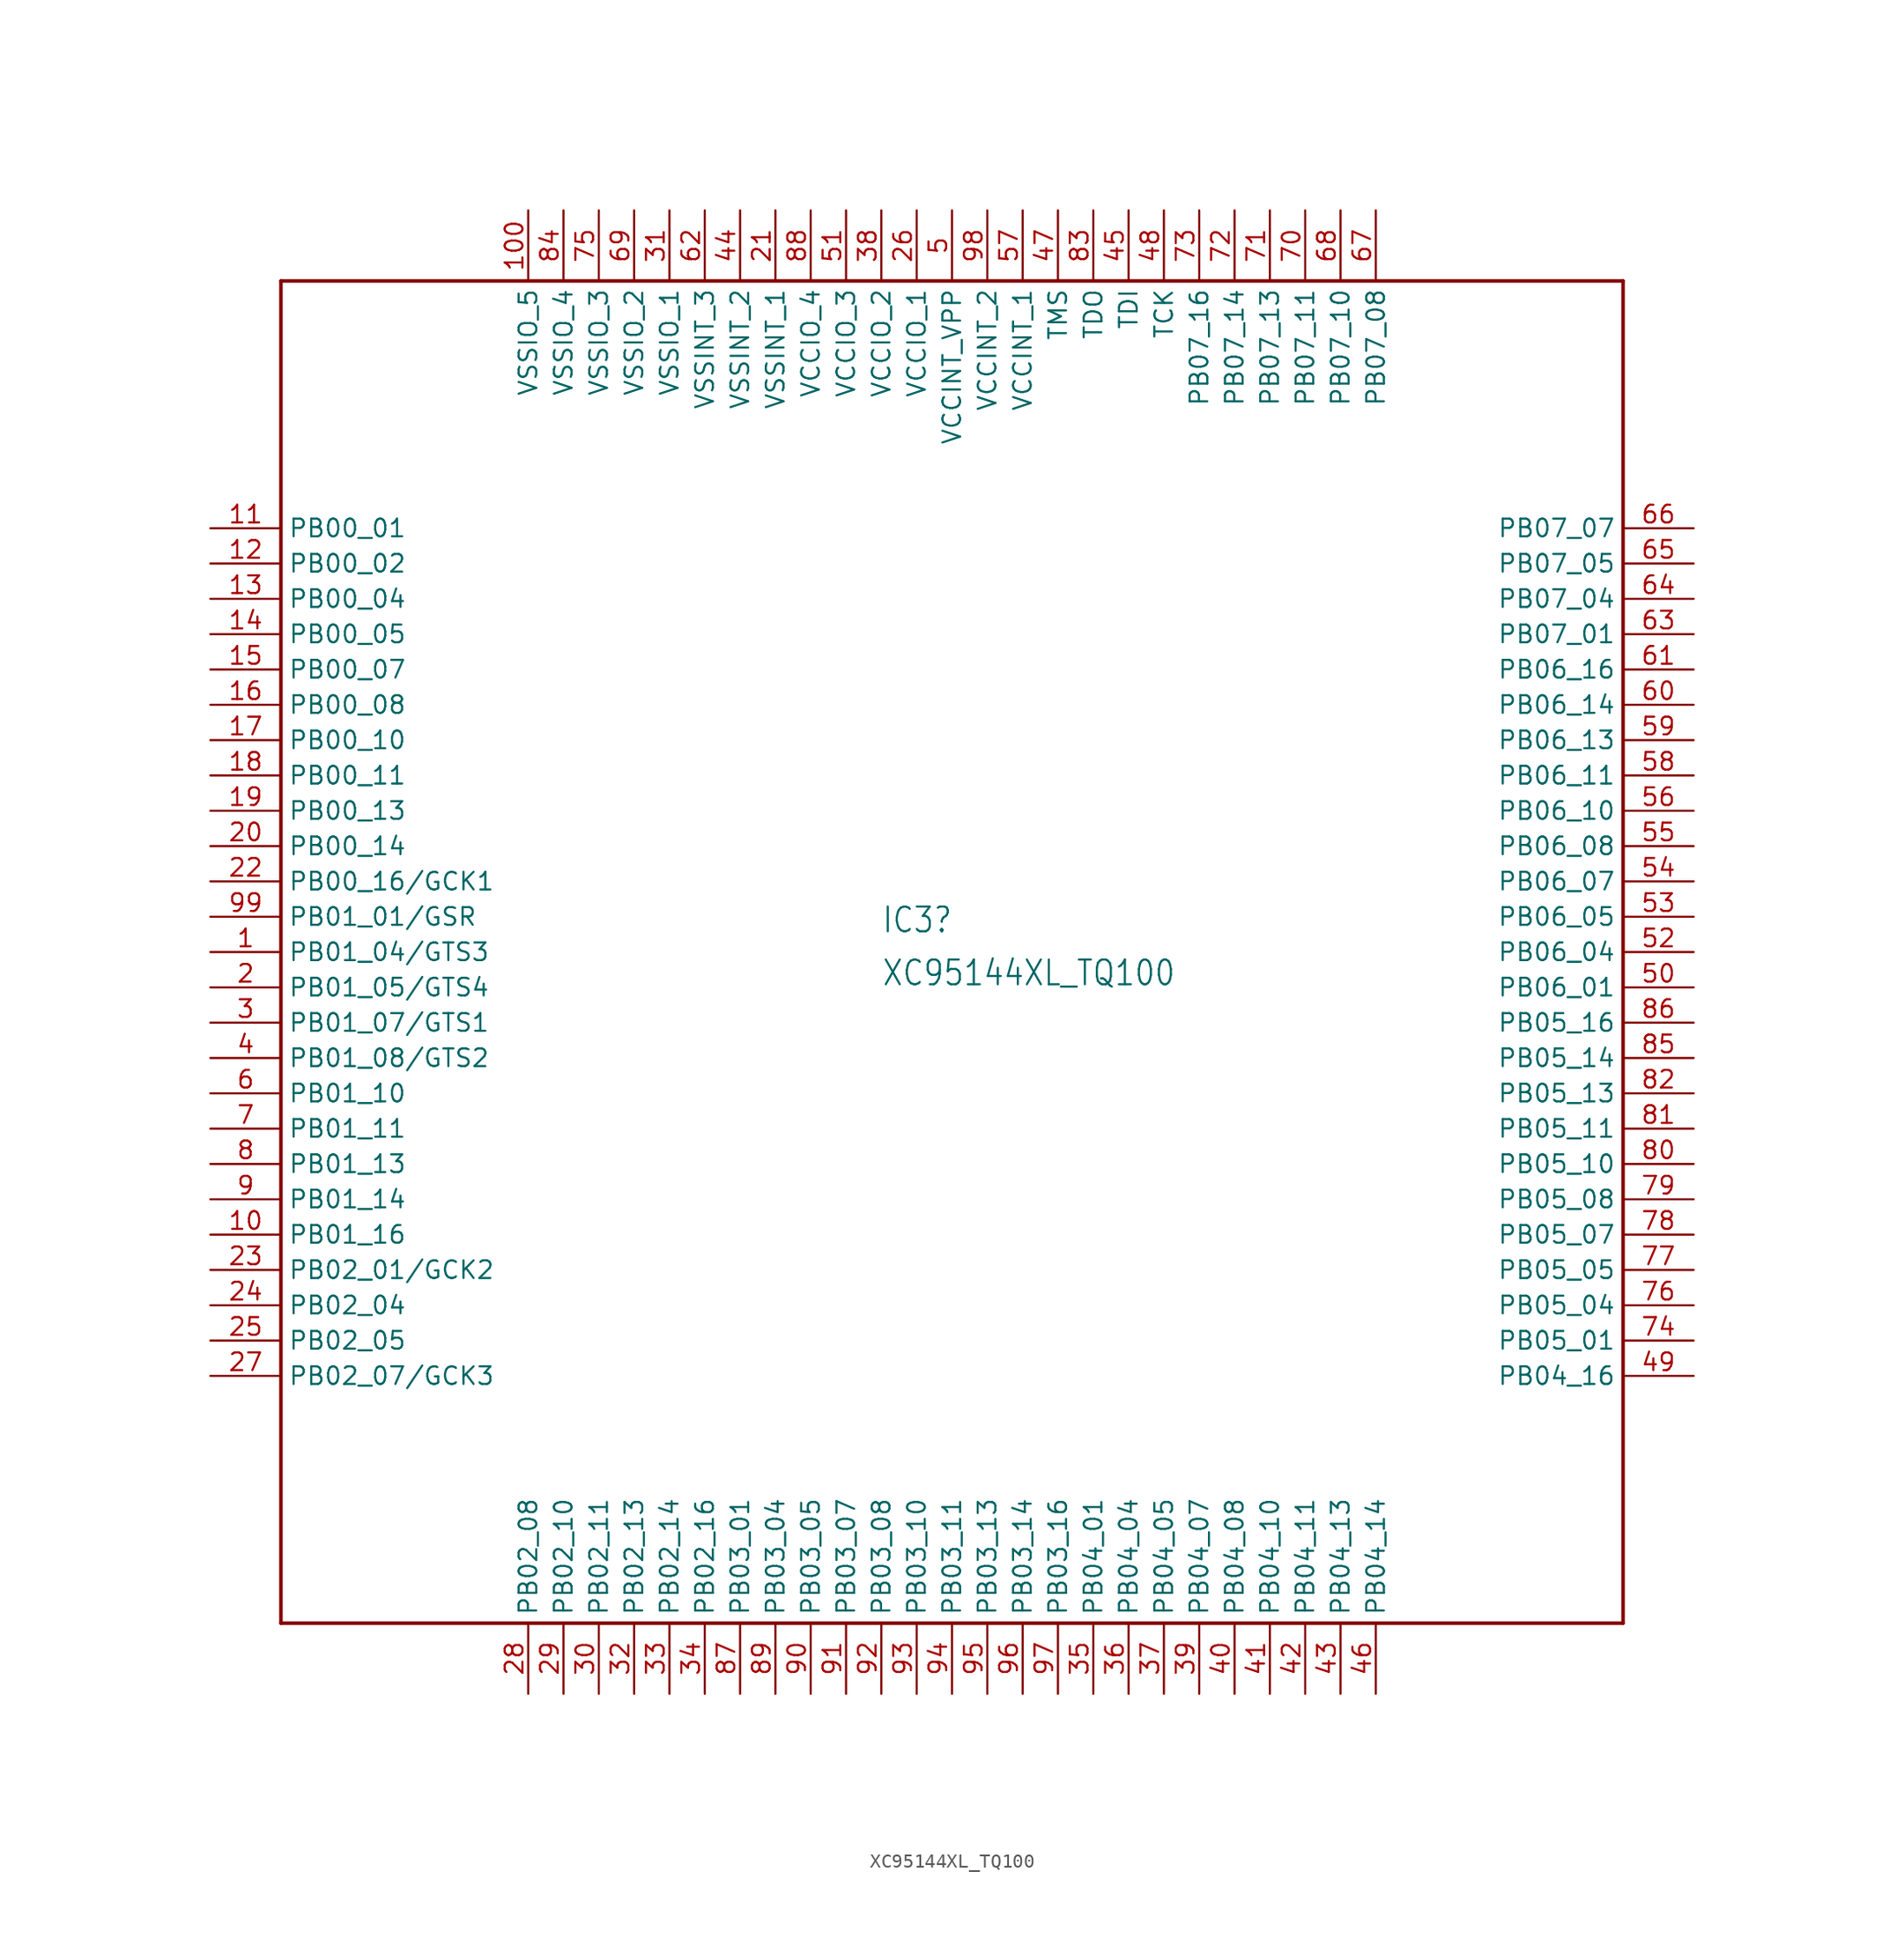
<source format=kicad_sym>
(kicad_symbol_lib
  (version 20220914)
  (generator kicad_symbol_editor)
  (symbol "XC95144XL_TQ100"
    (property "Reference" "IC3"
      (at -5.08 1.27 0)
      (effects (font (size 1.778 1.511)) (justify left bottom)))
    (property "Value" "XC95144XL_TQ100"
      (at -5.08 -2.54 0)
      (effects (font (size 1.778 1.511)) (justify left bottom)))
    (property "ki_locked" ""
      (at 0 0 0)
      (effects (font (size 1.27 1.27))))
    (symbol "XC95144XL_TQ100_1_0"
      (polyline (pts (xy -48.26 -48.26) (xy 48.26 -48.26)) (stroke (width 0.254) (type solid)) (fill (type none)))
      (polyline (pts (xy -48.26 48.26) (xy -48.26 -48.26)) (stroke (width 0.254) (type solid)) (fill (type none)))
      (polyline (pts (xy 48.26 -48.26) (xy 48.26 48.26)) (stroke (width 0.254) (type solid)) (fill (type none)))
      (polyline (pts (xy 48.26 48.26) (xy -48.26 48.26)) (stroke (width 0.254) (type solid)) (fill (type none)))
      (pin bidirectional line (at -53.34 0 0) (length 5.08) (name "PB01_04/GTS3" (effects (font (size 1.27 1.27)))) (number "1" (effects (font (size 1.27 1.27)))))
      (pin bidirectional line (at -53.34 -20.32 0) (length 5.08) (name "PB01_16" (effects (font (size 1.27 1.27)))) (number "10" (effects (font (size 1.27 1.27)))))
      (pin passive line (at -30.48 53.34 270) (length 5.08) (name "VSSIO_5" (effects (font (size 1.27 1.27)))) (number "100" (effects (font (size 1.27 1.27)))))
      (pin bidirectional line (at -53.34 30.48 0) (length 5.08) (name "PB00_01" (effects (font (size 1.27 1.27)))) (number "11" (effects (font (size 1.27 1.27)))))
      (pin bidirectional line (at -53.34 27.94 0) (length 5.08) (name "PB00_02" (effects (font (size 1.27 1.27)))) (number "12" (effects (font (size 1.27 1.27)))))
      (pin bidirectional line (at -53.34 25.4 0) (length 5.08) (name "PB00_04" (effects (font (size 1.27 1.27)))) (number "13" (effects (font (size 1.27 1.27)))))
      (pin bidirectional line (at -53.34 22.86 0) (length 5.08) (name "PB00_05" (effects (font (size 1.27 1.27)))) (number "14" (effects (font (size 1.27 1.27)))))
      (pin bidirectional line (at -53.34 20.32 0) (length 5.08) (name "PB00_07" (effects (font (size 1.27 1.27)))) (number "15" (effects (font (size 1.27 1.27)))))
      (pin bidirectional line (at -53.34 17.78 0) (length 5.08) (name "PB00_08" (effects (font (size 1.27 1.27)))) (number "16" (effects (font (size 1.27 1.27)))))
      (pin bidirectional line (at -53.34 15.24 0) (length 5.08) (name "PB00_10" (effects (font (size 1.27 1.27)))) (number "17" (effects (font (size 1.27 1.27)))))
      (pin bidirectional line (at -53.34 12.7 0) (length 5.08) (name "PB00_11" (effects (font (size 1.27 1.27)))) (number "18" (effects (font (size 1.27 1.27)))))
      (pin bidirectional line (at -53.34 10.16 0) (length 5.08) (name "PB00_13" (effects (font (size 1.27 1.27)))) (number "19" (effects (font (size 1.27 1.27)))))
      (pin bidirectional line (at -53.34 -2.54 0) (length 5.08) (name "PB01_05/GTS4" (effects (font (size 1.27 1.27)))) (number "2" (effects (font (size 1.27 1.27)))))
      (pin bidirectional line (at -53.34 7.62 0) (length 5.08) (name "PB00_14" (effects (font (size 1.27 1.27)))) (number "20" (effects (font (size 1.27 1.27)))))
      (pin passive line (at -12.7 53.34 270) (length 5.08) (name "VSSINT_1" (effects (font (size 1.27 1.27)))) (number "21" (effects (font (size 1.27 1.27)))))
      (pin bidirectional line (at -53.34 5.08 0) (length 5.08) (name "PB00_16/GCK1" (effects (font (size 1.27 1.27)))) (number "22" (effects (font (size 1.27 1.27)))))
      (pin bidirectional line (at -53.34 -22.86 0) (length 5.08) (name "PB02_01/GCK2" (effects (font (size 1.27 1.27)))) (number "23" (effects (font (size 1.27 1.27)))))
      (pin bidirectional line (at -53.34 -25.4 0) (length 5.08) (name "PB02_04" (effects (font (size 1.27 1.27)))) (number "24" (effects (font (size 1.27 1.27)))))
      (pin bidirectional line (at -53.34 -27.94 0) (length 5.08) (name "PB02_05" (effects (font (size 1.27 1.27)))) (number "25" (effects (font (size 1.27 1.27)))))
      (pin passive line (at -2.54 53.34 270) (length 5.08) (name "VCCIO_1" (effects (font (size 1.27 1.27)))) (number "26" (effects (font (size 1.27 1.27)))))
      (pin bidirectional line (at -53.34 -30.48 0) (length 5.08) (name "PB02_07/GCK3" (effects (font (size 1.27 1.27)))) (number "27" (effects (font (size 1.27 1.27)))))
      (pin bidirectional line (at -30.48 -53.34 90) (length 5.08) (name "PB02_08" (effects (font (size 1.27 1.27)))) (number "28" (effects (font (size 1.27 1.27)))))
      (pin bidirectional line (at -27.94 -53.34 90) (length 5.08) (name "PB02_10" (effects (font (size 1.27 1.27)))) (number "29" (effects (font (size 1.27 1.27)))))
      (pin bidirectional line (at -53.34 -5.08 0) (length 5.08) (name "PB01_07/GTS1" (effects (font (size 1.27 1.27)))) (number "3" (effects (font (size 1.27 1.27)))))
      (pin bidirectional line (at -25.4 -53.34 90) (length 5.08) (name "PB02_11" (effects (font (size 1.27 1.27)))) (number "30" (effects (font (size 1.27 1.27)))))
      (pin passive line (at -20.32 53.34 270) (length 5.08) (name "VSSIO_1" (effects (font (size 1.27 1.27)))) (number "31" (effects (font (size 1.27 1.27)))))
      (pin bidirectional line (at -22.86 -53.34 90) (length 5.08) (name "PB02_13" (effects (font (size 1.27 1.27)))) (number "32" (effects (font (size 1.27 1.27)))))
      (pin bidirectional line (at -20.32 -53.34 90) (length 5.08) (name "PB02_14" (effects (font (size 1.27 1.27)))) (number "33" (effects (font (size 1.27 1.27)))))
      (pin bidirectional line (at -17.78 -53.34 90) (length 5.08) (name "PB02_16" (effects (font (size 1.27 1.27)))) (number "34" (effects (font (size 1.27 1.27)))))
      (pin bidirectional line (at 10.16 -53.34 90) (length 5.08) (name "PB04_01" (effects (font (size 1.27 1.27)))) (number "35" (effects (font (size 1.27 1.27)))))
      (pin bidirectional line (at 12.7 -53.34 90) (length 5.08) (name "PB04_04" (effects (font (size 1.27 1.27)))) (number "36" (effects (font (size 1.27 1.27)))))
      (pin bidirectional line (at 15.24 -53.34 90) (length 5.08) (name "PB04_05" (effects (font (size 1.27 1.27)))) (number "37" (effects (font (size 1.27 1.27)))))
      (pin passive line (at -5.08 53.34 270) (length 5.08) (name "VCCIO_2" (effects (font (size 1.27 1.27)))) (number "38" (effects (font (size 1.27 1.27)))))
      (pin bidirectional line (at 17.78 -53.34 90) (length 5.08) (name "PB04_07" (effects (font (size 1.27 1.27)))) (number "39" (effects (font (size 1.27 1.27)))))
      (pin bidirectional line (at -53.34 -7.62 0) (length 5.08) (name "PB01_08/GTS2" (effects (font (size 1.27 1.27)))) (number "4" (effects (font (size 1.27 1.27)))))
      (pin bidirectional line (at 20.32 -53.34 90) (length 5.08) (name "PB04_08" (effects (font (size 1.27 1.27)))) (number "40" (effects (font (size 1.27 1.27)))))
      (pin bidirectional line (at 22.86 -53.34 90) (length 5.08) (name "PB04_10" (effects (font (size 1.27 1.27)))) (number "41" (effects (font (size 1.27 1.27)))))
      (pin bidirectional line (at 25.4 -53.34 90) (length 5.08) (name "PB04_11" (effects (font (size 1.27 1.27)))) (number "42" (effects (font (size 1.27 1.27)))))
      (pin bidirectional line (at 27.94 -53.34 90) (length 5.08) (name "PB04_13" (effects (font (size 1.27 1.27)))) (number "43" (effects (font (size 1.27 1.27)))))
      (pin passive line (at -15.24 53.34 270) (length 5.08) (name "VSSINT_2" (effects (font (size 1.27 1.27)))) (number "44" (effects (font (size 1.27 1.27)))))
      (pin input line (at 12.7 53.34 270) (length 5.08) (name "TDI" (effects (font (size 1.27 1.27)))) (number "45" (effects (font (size 1.27 1.27)))))
      (pin bidirectional line (at 30.48 -53.34 90) (length 5.08) (name "PB04_14" (effects (font (size 1.27 1.27)))) (number "46" (effects (font (size 1.27 1.27)))))
      (pin input line (at 7.62 53.34 270) (length 5.08) (name "TMS" (effects (font (size 1.27 1.27)))) (number "47" (effects (font (size 1.27 1.27)))))
      (pin input line (at 15.24 53.34 270) (length 5.08) (name "TCK" (effects (font (size 1.27 1.27)))) (number "48" (effects (font (size 1.27 1.27)))))
      (pin bidirectional line (at 53.34 -30.48 180) (length 5.08) (name "PB04_16" (effects (font (size 1.27 1.27)))) (number "49" (effects (font (size 1.27 1.27)))))
      (pin passive line (at 0 53.34 270) (length 5.08) (name "VCCINT_VPP" (effects (font (size 1.27 1.27)))) (number "5" (effects (font (size 1.27 1.27)))))
      (pin bidirectional line (at 53.34 -2.54 180) (length 5.08) (name "PB06_01" (effects (font (size 1.27 1.27)))) (number "50" (effects (font (size 1.27 1.27)))))
      (pin passive line (at -7.62 53.34 270) (length 5.08) (name "VCCIO_3" (effects (font (size 1.27 1.27)))) (number "51" (effects (font (size 1.27 1.27)))))
      (pin bidirectional line (at 53.34 0 180) (length 5.08) (name "PB06_04" (effects (font (size 1.27 1.27)))) (number "52" (effects (font (size 1.27 1.27)))))
      (pin bidirectional line (at 53.34 2.54 180) (length 5.08) (name "PB06_05" (effects (font (size 1.27 1.27)))) (number "53" (effects (font (size 1.27 1.27)))))
      (pin bidirectional line (at 53.34 5.08 180) (length 5.08) (name "PB06_07" (effects (font (size 1.27 1.27)))) (number "54" (effects (font (size 1.27 1.27)))))
      (pin bidirectional line (at 53.34 7.62 180) (length 5.08) (name "PB06_08" (effects (font (size 1.27 1.27)))) (number "55" (effects (font (size 1.27 1.27)))))
      (pin bidirectional line (at 53.34 10.16 180) (length 5.08) (name "PB06_10" (effects (font (size 1.27 1.27)))) (number "56" (effects (font (size 1.27 1.27)))))
      (pin passive line (at 5.08 53.34 270) (length 5.08) (name "VCCINT_1" (effects (font (size 1.27 1.27)))) (number "57" (effects (font (size 1.27 1.27)))))
      (pin bidirectional line (at 53.34 12.7 180) (length 5.08) (name "PB06_11" (effects (font (size 1.27 1.27)))) (number "58" (effects (font (size 1.27 1.27)))))
      (pin bidirectional line (at 53.34 15.24 180) (length 5.08) (name "PB06_13" (effects (font (size 1.27 1.27)))) (number "59" (effects (font (size 1.27 1.27)))))
      (pin bidirectional line (at -53.34 -10.16 0) (length 5.08) (name "PB01_10" (effects (font (size 1.27 1.27)))) (number "6" (effects (font (size 1.27 1.27)))))
      (pin bidirectional line (at 53.34 17.78 180) (length 5.08) (name "PB06_14" (effects (font (size 1.27 1.27)))) (number "60" (effects (font (size 1.27 1.27)))))
      (pin bidirectional line (at 53.34 20.32 180) (length 5.08) (name "PB06_16" (effects (font (size 1.27 1.27)))) (number "61" (effects (font (size 1.27 1.27)))))
      (pin passive line (at -17.78 53.34 270) (length 5.08) (name "VSSINT_3" (effects (font (size 1.27 1.27)))) (number "62" (effects (font (size 1.27 1.27)))))
      (pin bidirectional line (at 53.34 22.86 180) (length 5.08) (name "PB07_01" (effects (font (size 1.27 1.27)))) (number "63" (effects (font (size 1.27 1.27)))))
      (pin bidirectional line (at 53.34 25.4 180) (length 5.08) (name "PB07_04" (effects (font (size 1.27 1.27)))) (number "64" (effects (font (size 1.27 1.27)))))
      (pin bidirectional line (at 53.34 27.94 180) (length 5.08) (name "PB07_05" (effects (font (size 1.27 1.27)))) (number "65" (effects (font (size 1.27 1.27)))))
      (pin bidirectional line (at 53.34 30.48 180) (length 5.08) (name "PB07_07" (effects (font (size 1.27 1.27)))) (number "66" (effects (font (size 1.27 1.27)))))
      (pin bidirectional line (at 30.48 53.34 270) (length 5.08) (name "PB07_08" (effects (font (size 1.27 1.27)))) (number "67" (effects (font (size 1.27 1.27)))))
      (pin bidirectional line (at 27.94 53.34 270) (length 5.08) (name "PB07_10" (effects (font (size 1.27 1.27)))) (number "68" (effects (font (size 1.27 1.27)))))
      (pin passive line (at -22.86 53.34 270) (length 5.08) (name "VSSIO_2" (effects (font (size 1.27 1.27)))) (number "69" (effects (font (size 1.27 1.27)))))
      (pin bidirectional line (at -53.34 -12.7 0) (length 5.08) (name "PB01_11" (effects (font (size 1.27 1.27)))) (number "7" (effects (font (size 1.27 1.27)))))
      (pin bidirectional line (at 25.4 53.34 270) (length 5.08) (name "PB07_11" (effects (font (size 1.27 1.27)))) (number "70" (effects (font (size 1.27 1.27)))))
      (pin bidirectional line (at 22.86 53.34 270) (length 5.08) (name "PB07_13" (effects (font (size 1.27 1.27)))) (number "71" (effects (font (size 1.27 1.27)))))
      (pin bidirectional line (at 20.32 53.34 270) (length 5.08) (name "PB07_14" (effects (font (size 1.27 1.27)))) (number "72" (effects (font (size 1.27 1.27)))))
      (pin bidirectional line (at 17.78 53.34 270) (length 5.08) (name "PB07_16" (effects (font (size 1.27 1.27)))) (number "73" (effects (font (size 1.27 1.27)))))
      (pin bidirectional line (at 53.34 -27.94 180) (length 5.08) (name "PB05_01" (effects (font (size 1.27 1.27)))) (number "74" (effects (font (size 1.27 1.27)))))
      (pin passive line (at -25.4 53.34 270) (length 5.08) (name "VSSIO_3" (effects (font (size 1.27 1.27)))) (number "75" (effects (font (size 1.27 1.27)))))
      (pin bidirectional line (at 53.34 -25.4 180) (length 5.08) (name "PB05_04" (effects (font (size 1.27 1.27)))) (number "76" (effects (font (size 1.27 1.27)))))
      (pin bidirectional line (at 53.34 -22.86 180) (length 5.08) (name "PB05_05" (effects (font (size 1.27 1.27)))) (number "77" (effects (font (size 1.27 1.27)))))
      (pin bidirectional line (at 53.34 -20.32 180) (length 5.08) (name "PB05_07" (effects (font (size 1.27 1.27)))) (number "78" (effects (font (size 1.27 1.27)))))
      (pin bidirectional line (at 53.34 -17.78 180) (length 5.08) (name "PB05_08" (effects (font (size 1.27 1.27)))) (number "79" (effects (font (size 1.27 1.27)))))
      (pin bidirectional line (at -53.34 -15.24 0) (length 5.08) (name "PB01_13" (effects (font (size 1.27 1.27)))) (number "8" (effects (font (size 1.27 1.27)))))
      (pin bidirectional line (at 53.34 -15.24 180) (length 5.08) (name "PB05_10" (effects (font (size 1.27 1.27)))) (number "80" (effects (font (size 1.27 1.27)))))
      (pin bidirectional line (at 53.34 -12.7 180) (length 5.08) (name "PB05_11" (effects (font (size 1.27 1.27)))) (number "81" (effects (font (size 1.27 1.27)))))
      (pin bidirectional line (at 53.34 -10.16 180) (length 5.08) (name "PB05_13" (effects (font (size 1.27 1.27)))) (number "82" (effects (font (size 1.27 1.27)))))
      (pin output line (at 10.16 53.34 270) (length 5.08) (name "TDO" (effects (font (size 1.27 1.27)))) (number "83" (effects (font (size 1.27 1.27)))))
      (pin passive line (at -27.94 53.34 270) (length 5.08) (name "VSSIO_4" (effects (font (size 1.27 1.27)))) (number "84" (effects (font (size 1.27 1.27)))))
      (pin bidirectional line (at 53.34 -7.62 180) (length 5.08) (name "PB05_14" (effects (font (size 1.27 1.27)))) (number "85" (effects (font (size 1.27 1.27)))))
      (pin bidirectional line (at 53.34 -5.08 180) (length 5.08) (name "PB05_16" (effects (font (size 1.27 1.27)))) (number "86" (effects (font (size 1.27 1.27)))))
      (pin bidirectional line (at -15.24 -53.34 90) (length 5.08) (name "PB03_01" (effects (font (size 1.27 1.27)))) (number "87" (effects (font (size 1.27 1.27)))))
      (pin passive line (at -10.16 53.34 270) (length 5.08) (name "VCCIO_4" (effects (font (size 1.27 1.27)))) (number "88" (effects (font (size 1.27 1.27)))))
      (pin bidirectional line (at -12.7 -53.34 90) (length 5.08) (name "PB03_04" (effects (font (size 1.27 1.27)))) (number "89" (effects (font (size 1.27 1.27)))))
      (pin bidirectional line (at -53.34 -17.78 0) (length 5.08) (name "PB01_14" (effects (font (size 1.27 1.27)))) (number "9" (effects (font (size 1.27 1.27)))))
      (pin bidirectional line (at -10.16 -53.34 90) (length 5.08) (name "PB03_05" (effects (font (size 1.27 1.27)))) (number "90" (effects (font (size 1.27 1.27)))))
      (pin bidirectional line (at -7.62 -53.34 90) (length 5.08) (name "PB03_07" (effects (font (size 1.27 1.27)))) (number "91" (effects (font (size 1.27 1.27)))))
      (pin bidirectional line (at -5.08 -53.34 90) (length 5.08) (name "PB03_08" (effects (font (size 1.27 1.27)))) (number "92" (effects (font (size 1.27 1.27)))))
      (pin bidirectional line (at -2.54 -53.34 90) (length 5.08) (name "PB03_10" (effects (font (size 1.27 1.27)))) (number "93" (effects (font (size 1.27 1.27)))))
      (pin bidirectional line (at 0 -53.34 90) (length 5.08) (name "PB03_11" (effects (font (size 1.27 1.27)))) (number "94" (effects (font (size 1.27 1.27)))))
      (pin bidirectional line (at 2.54 -53.34 90) (length 5.08) (name "PB03_13" (effects (font (size 1.27 1.27)))) (number "95" (effects (font (size 1.27 1.27)))))
      (pin bidirectional line (at 5.08 -53.34 90) (length 5.08) (name "PB03_14" (effects (font (size 1.27 1.27)))) (number "96" (effects (font (size 1.27 1.27)))))
      (pin bidirectional line (at 7.62 -53.34 90) (length 5.08) (name "PB03_16" (effects (font (size 1.27 1.27)))) (number "97" (effects (font (size 1.27 1.27)))))
      (pin passive line (at 2.54 53.34 270) (length 5.08) (name "VCCINT_2" (effects (font (size 1.27 1.27)))) (number "98" (effects (font (size 1.27 1.27)))))
      (pin bidirectional line (at -53.34 2.54 0) (length 5.08) (name "PB01_01/GSR" (effects (font (size 1.27 1.27)))) (number "99" (effects (font (size 1.27 1.27))))))))
</source>
